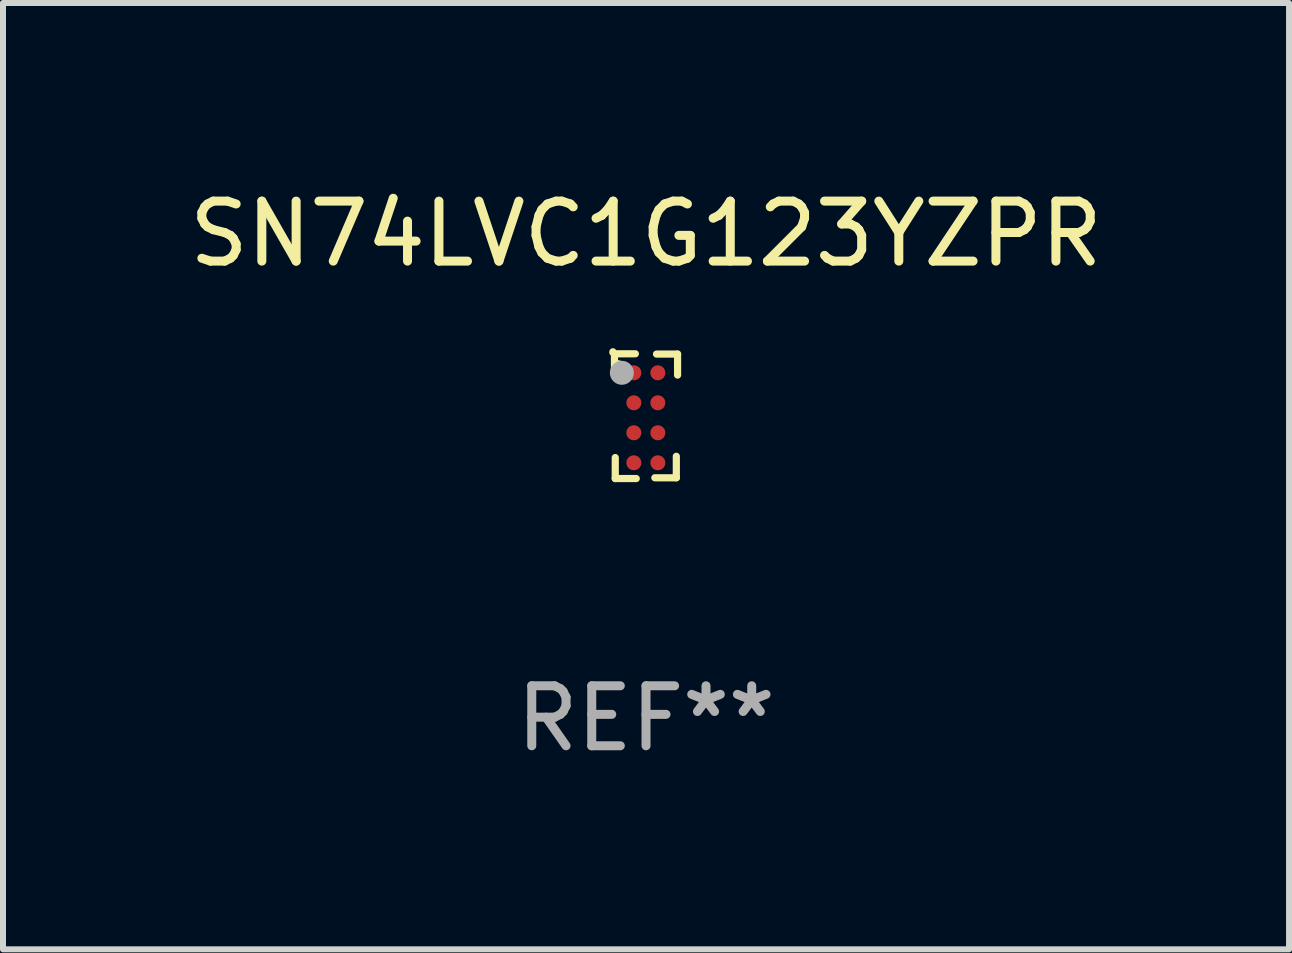
<source format=kicad_pcb>
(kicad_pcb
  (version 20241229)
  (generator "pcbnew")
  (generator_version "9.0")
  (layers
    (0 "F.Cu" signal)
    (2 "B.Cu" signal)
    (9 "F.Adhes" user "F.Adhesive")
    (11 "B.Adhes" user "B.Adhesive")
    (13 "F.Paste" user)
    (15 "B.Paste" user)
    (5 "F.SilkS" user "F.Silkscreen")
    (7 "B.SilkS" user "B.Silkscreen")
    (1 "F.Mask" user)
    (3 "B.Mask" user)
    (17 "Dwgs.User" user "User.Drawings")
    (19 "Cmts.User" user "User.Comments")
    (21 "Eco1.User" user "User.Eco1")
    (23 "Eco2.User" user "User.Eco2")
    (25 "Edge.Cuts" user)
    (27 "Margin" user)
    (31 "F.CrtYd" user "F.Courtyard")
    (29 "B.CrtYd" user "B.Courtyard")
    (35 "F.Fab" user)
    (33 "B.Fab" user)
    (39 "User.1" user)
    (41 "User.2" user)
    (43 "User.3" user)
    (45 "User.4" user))
  (footprint "SN74LVC1G123YZPR"
    (layer "F.Cu")
    (at 7.72 3.888)
    (property "Reference" "SN74LVC1G123YZPR" (at 0 -3.04 0) (layer "F.SilkS") (effects (font (size 1 1) (thickness 0.15))))
    (attr through_hole)
    (fp_line (start -0.526 -1.04) (end -0.178 -1.04) (stroke (width 0.12) (type solid)) (layer "F.SilkS"))
    (fp_line (start -0.526 -0.69) (end -0.526 -1.04) (stroke (width 0.12) (type solid)) (layer "F.SilkS"))
    (fp_line (start -0.513 0.69) (end -0.513 1.04) (stroke (width 0.12) (type solid)) (layer "F.SilkS"))
    (fp_line (start -0.513 1.04) (end -0.163 1.04) (stroke (width 0.12) (type solid)) (layer "F.SilkS"))
    (fp_line (start 0.147 1.027) (end 0.505 1.027) (stroke (width 0.12) (type solid)) (layer "F.SilkS"))
    (fp_line (start 0.505 1.027) (end 0.505 0.669) (stroke (width 0.12) (type solid)) (layer "F.SilkS"))
    (fp_line (start 0.526 -1.035) (end 0.175 -1.035) (stroke (width 0.12) (type solid)) (layer "F.SilkS"))
    (fp_line (start 0.526 -0.685) (end 0.526 -1.035) (stroke (width 0.12) (type solid)) (layer "F.SilkS"))
    (fp_arc (start -0.55334 -1.062484) (mid -0.553095 -1.067827) (end -0.552375 -1.073127) (stroke (width 0.11999) (type solid)) (layer "F.SilkS"))
    (fp_circle (center -0.453 -0.873) (end -0.423 -0.873) (stroke (width 0.06) (type solid)) (fill no) (layer "F.SilkS"))
    (fp_circle (center -0.403 -0.723) (end -0.303 -0.723) (stroke (width 0.2) (type solid)) (fill no) (layer "F.Fab"))
    (fp_text user "REF**" (at 0 5.04 0) (layer "F.Fab") (effects (font (size 1 1) (thickness 0.15))))
    (pad "A1" smd circle (at -0.203 -0.723) (size 0.25 0.25) (layers "F.Cu" "F.Mask" "F.Paste"))
    (pad "A2" smd circle (at 0.197 -0.723) (size 0.25 0.25) (layers "F.Cu" "F.Mask" "F.Paste"))
    (pad "B1" smd circle (at -0.203 -0.223) (size 0.25 0.25) (layers "F.Cu" "F.Mask" "F.Paste"))
    (pad "B2" smd circle (at 0.197 -0.223) (size 0.25 0.25) (layers "F.Cu" "F.Mask" "F.Paste"))
    (pad "C1" smd circle (at -0.203 0.277) (size 0.25 0.25) (layers "F.Cu" "F.Mask" "F.Paste"))
    (pad "C2" smd circle (at 0.197 0.277) (size 0.25 0.25) (layers "F.Cu" "F.Mask" "F.Paste"))
    (pad "D1" smd circle (at -0.203 0.777) (size 0.25 0.25) (layers "F.Cu" "F.Mask" "F.Paste"))
    (pad "D2" smd circle (at 0.197 0.777) (size 0.25 0.25) (layers "F.Cu" "F.Mask" "F.Paste")))
  (gr_rect
    (start -3 -3)
    (end 18.44 12.777)
    (stroke (width 0.1) (type default))
    (fill no)
    (layer "Edge.Cuts")))
</source>
